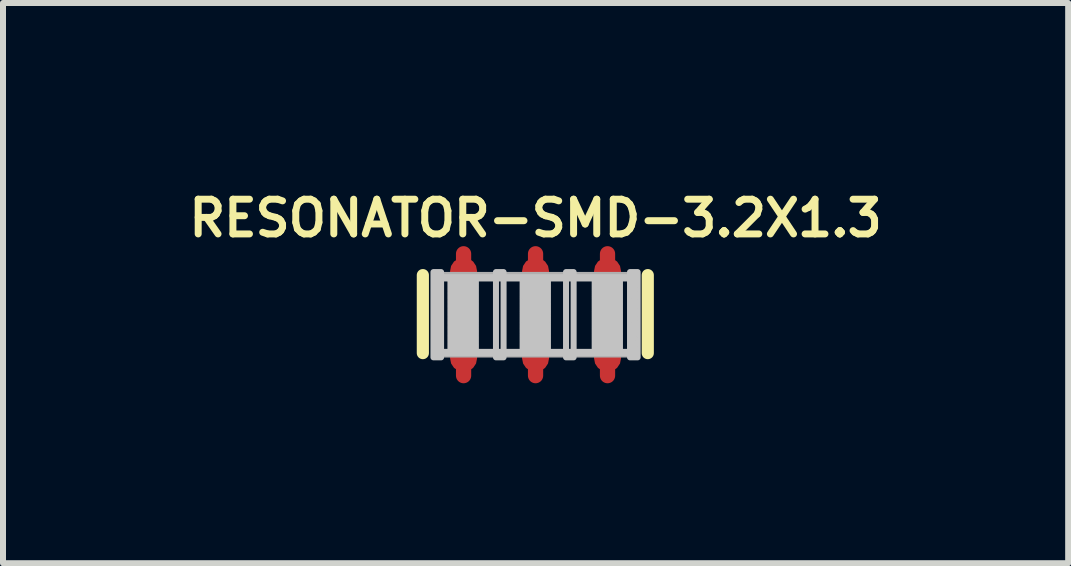
<source format=kicad_pcb>
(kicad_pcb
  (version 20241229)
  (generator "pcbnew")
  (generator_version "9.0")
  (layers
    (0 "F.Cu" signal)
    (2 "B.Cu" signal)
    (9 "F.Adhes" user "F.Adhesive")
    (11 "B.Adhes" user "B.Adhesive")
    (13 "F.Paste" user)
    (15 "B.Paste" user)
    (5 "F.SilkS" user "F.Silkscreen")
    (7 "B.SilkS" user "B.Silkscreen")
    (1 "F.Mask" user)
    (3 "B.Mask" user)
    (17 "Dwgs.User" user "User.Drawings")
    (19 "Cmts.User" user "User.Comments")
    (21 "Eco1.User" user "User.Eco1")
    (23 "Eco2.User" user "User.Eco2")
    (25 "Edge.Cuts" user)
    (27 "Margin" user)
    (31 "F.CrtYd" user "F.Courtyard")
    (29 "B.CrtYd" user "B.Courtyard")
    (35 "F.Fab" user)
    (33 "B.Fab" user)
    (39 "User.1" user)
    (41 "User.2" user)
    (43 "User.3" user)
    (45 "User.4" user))
  (footprint "RESONATOR-SMD-3.2X1.3"
    (layer "F.Cu")
    (at 5.879 2.197)
    (property "Reference" "RESONATOR-SMD-3.2X1.3" (at 0 -1.27 180) (layer "F.SilkS") (effects (font (size 0.579 0.579) (thickness 0.116)) (justify bottom)))
    (attr through_hole)
    (fp_line (start -1.2 0) (end -1.2 -1.016) (stroke (width 0.254) (type solid)) (layer "F.Cu"))
    (fp_line (start -1.2 1.016) (end -1.2 0) (stroke (width 0.254) (type solid)) (layer "F.Cu"))
    (fp_line (start 0 0) (end 0 -1.016) (stroke (width 0.254) (type solid)) (layer "F.Cu"))
    (fp_line (start 0 0) (end 0 1.016) (stroke (width 0.254) (type solid)) (layer "F.Cu"))
    (fp_line (start 1.2 0) (end 1.2 -1.016) (stroke (width 0.254) (type solid)) (layer "F.Cu"))
    (fp_line (start 1.2 0) (end 1.2 1.016) (stroke (width 0.254) (type solid)) (layer "F.Cu"))
    (fp_poly (pts (xy -1.75 0.77) (xy 1.745 0.77) (xy 1.745 -0.765) (xy -1.75 -0.765)) (stroke (width 0) (type solid)) (fill yes) (layer "F.Mask"))
    (fp_line (start -1.879 0.64) (end -1.879 -0.66) (stroke (width 0.203) (type solid)) (layer "F.SilkS"))
    (fp_line (start 1.871 -0.66) (end 1.871 0.64) (stroke (width 0.203) (type solid)) (layer "F.SilkS"))
    (fp_poly (pts (xy -1.702 0.711) (xy -1.575 0.711) (xy -1.575 -0.711) (xy -1.702 -0.711)) (stroke (width 0.1) (type solid)) (fill no) (layer "Dwgs.User"))
    (fp_poly (pts (xy -1.633 -0.604) (xy 1.643 -0.604) (xy 1.643 -0.626) (xy -1.633 -0.626)) (stroke (width 0.1) (type solid)) (fill no) (layer "Dwgs.User"))
    (fp_poly (pts (xy -1.633 -0.583) (xy -1.611 -0.583) (xy -1.611 -0.604) (xy -1.633 -0.604)) (stroke (width 0.1) (type solid)) (fill no) (layer "Dwgs.User"))
    (fp_poly (pts (xy -1.633 -0.561) (xy -1.611 -0.561) (xy -1.611 -0.583) (xy -1.633 -0.583)) (stroke (width 0.1) (type solid)) (fill no) (layer "Dwgs.User"))
    (fp_poly (pts (xy -1.633 -0.539) (xy -1.611 -0.539) (xy -1.611 -0.561) (xy -1.633 -0.561)) (stroke (width 0.1) (type solid)) (fill no) (layer "Dwgs.User"))
    (fp_poly (pts (xy -1.633 -0.517) (xy -1.611 -0.517) (xy -1.611 -0.539) (xy -1.633 -0.539)) (stroke (width 0.1) (type solid)) (fill no) (layer "Dwgs.User"))
    (fp_poly (pts (xy -1.633 -0.495) (xy -1.611 -0.495) (xy -1.611 -0.517) (xy -1.633 -0.517)) (stroke (width 0.1) (type solid)) (fill no) (layer "Dwgs.User"))
    (fp_poly (pts (xy -1.633 -0.473) (xy -1.611 -0.473) (xy -1.611 -0.495) (xy -1.633 -0.495)) (stroke (width 0.1) (type solid)) (fill no) (layer "Dwgs.User"))
    (fp_poly (pts (xy -1.633 -0.452) (xy -1.611 -0.452) (xy -1.611 -0.473) (xy -1.633 -0.473)) (stroke (width 0.1) (type solid)) (fill no) (layer "Dwgs.User"))
    (fp_poly (pts (xy -1.633 -0.43) (xy -1.611 -0.43) (xy -1.611 -0.452) (xy -1.633 -0.452)) (stroke (width 0.1) (type solid)) (fill no) (layer "Dwgs.User"))
    (fp_poly (pts (xy -1.633 -0.408) (xy -1.611 -0.408) (xy -1.611 -0.43) (xy -1.633 -0.43)) (stroke (width 0.1) (type solid)) (fill no) (layer "Dwgs.User"))
    (fp_poly (pts (xy -1.633 -0.386) (xy -1.611 -0.386) (xy -1.611 -0.408) (xy -1.633 -0.408)) (stroke (width 0.1) (type solid)) (fill no) (layer "Dwgs.User"))
    (fp_poly (pts (xy -1.633 -0.364) (xy -1.611 -0.364) (xy -1.611 -0.386) (xy -1.633 -0.386)) (stroke (width 0.1) (type solid)) (fill no) (layer "Dwgs.User"))
    (fp_poly (pts (xy -1.633 -0.342) (xy -1.611 -0.342) (xy -1.611 -0.364) (xy -1.633 -0.364)) (stroke (width 0.1) (type solid)) (fill no) (layer "Dwgs.User"))
    (fp_poly (pts (xy -1.633 -0.32) (xy -1.611 -0.32) (xy -1.611 -0.342) (xy -1.633 -0.342)) (stroke (width 0.1) (type solid)) (fill no) (layer "Dwgs.User"))
    (fp_poly (pts (xy -1.633 -0.299) (xy -1.611 -0.299) (xy -1.611 -0.32) (xy -1.633 -0.32)) (stroke (width 0.1) (type solid)) (fill no) (layer "Dwgs.User"))
    (fp_poly (pts (xy -1.633 -0.277) (xy -1.611 -0.277) (xy -1.611 -0.299) (xy -1.633 -0.299)) (stroke (width 0.1) (type solid)) (fill no) (layer "Dwgs.User"))
    (fp_poly (pts (xy -1.633 -0.255) (xy -1.611 -0.255) (xy -1.611 -0.277) (xy -1.633 -0.277)) (stroke (width 0.1) (type solid)) (fill no) (layer "Dwgs.User"))
    (fp_poly (pts (xy -1.633 -0.233) (xy -1.611 -0.233) (xy -1.611 -0.255) (xy -1.633 -0.255)) (stroke (width 0.1) (type solid)) (fill no) (layer "Dwgs.User"))
    (fp_poly (pts (xy -1.633 -0.211) (xy -1.611 -0.211) (xy -1.611 -0.233) (xy -1.633 -0.233)) (stroke (width 0.1) (type solid)) (fill no) (layer "Dwgs.User"))
    (fp_poly (pts (xy -1.633 -0.189) (xy -1.611 -0.189) (xy -1.611 -0.211) (xy -1.633 -0.211)) (stroke (width 0.1) (type solid)) (fill no) (layer "Dwgs.User"))
    (fp_poly (pts (xy -1.633 -0.168) (xy -1.611 -0.168) (xy -1.611 -0.189) (xy -1.633 -0.189)) (stroke (width 0.1) (type solid)) (fill no) (layer "Dwgs.User"))
    (fp_poly (pts (xy -1.633 -0.146) (xy -1.611 -0.146) (xy -1.611 -0.168) (xy -1.633 -0.168)) (stroke (width 0.1) (type solid)) (fill no) (layer "Dwgs.User"))
    (fp_poly (pts (xy -1.633 -0.124) (xy -1.611 -0.124) (xy -1.611 -0.146) (xy -1.633 -0.146)) (stroke (width 0.1) (type solid)) (fill no) (layer "Dwgs.User"))
    (fp_poly (pts (xy -1.633 -0.102) (xy -1.611 -0.102) (xy -1.611 -0.124) (xy -1.633 -0.124)) (stroke (width 0.1) (type solid)) (fill no) (layer "Dwgs.User"))
    (fp_poly (pts (xy -1.633 -0.08) (xy -1.611 -0.08) (xy -1.611 -0.102) (xy -1.633 -0.102)) (stroke (width 0.1) (type solid)) (fill no) (layer "Dwgs.User"))
    (fp_poly (pts (xy -1.633 -0.058) (xy -1.611 -0.058) (xy -1.611 -0.08) (xy -1.633 -0.08)) (stroke (width 0.1) (type solid)) (fill no) (layer "Dwgs.User"))
    (fp_poly (pts (xy -1.633 -0.037) (xy -1.611 -0.037) (xy -1.611 -0.058) (xy -1.633 -0.058)) (stroke (width 0.1) (type solid)) (fill no) (layer "Dwgs.User"))
    (fp_poly (pts (xy -1.633 -0.015) (xy -1.611 -0.015) (xy -1.611 -0.037) (xy -1.633 -0.037)) (stroke (width 0.1) (type solid)) (fill no) (layer "Dwgs.User"))
    (fp_poly (pts (xy -1.633 0.007) (xy -1.611 0.007) (xy -1.611 -0.015) (xy -1.633 -0.015)) (stroke (width 0.1) (type solid)) (fill no) (layer "Dwgs.User"))
    (fp_poly (pts (xy -1.633 0.029) (xy -1.611 0.029) (xy -1.611 0.007) (xy -1.633 0.007)) (stroke (width 0.1) (type solid)) (fill no) (layer "Dwgs.User"))
    (fp_poly (pts (xy -1.633 0.051) (xy -1.611 0.051) (xy -1.611 0.029) (xy -1.633 0.029)) (stroke (width 0.1) (type solid)) (fill no) (layer "Dwgs.User"))
    (fp_poly (pts (xy -1.633 0.073) (xy -1.611 0.073) (xy -1.611 0.051) (xy -1.633 0.051)) (stroke (width 0.1) (type solid)) (fill no) (layer "Dwgs.User"))
    (fp_poly (pts (xy -1.633 0.095) (xy -1.611 0.095) (xy -1.611 0.073) (xy -1.633 0.073)) (stroke (width 0.1) (type solid)) (fill no) (layer "Dwgs.User"))
    (fp_poly (pts (xy -1.633 0.116) (xy -1.611 0.116) (xy -1.611 0.095) (xy -1.633 0.095)) (stroke (width 0.1) (type solid)) (fill no) (layer "Dwgs.User"))
    (fp_poly (pts (xy -1.633 0.138) (xy -1.611 0.138) (xy -1.611 0.116) (xy -1.633 0.116)) (stroke (width 0.1) (type solid)) (fill no) (layer "Dwgs.User"))
    (fp_poly (pts (xy -1.633 0.16) (xy -1.611 0.16) (xy -1.611 0.138) (xy -1.633 0.138)) (stroke (width 0.1) (type solid)) (fill no) (layer "Dwgs.User"))
    (fp_poly (pts (xy -1.633 0.182) (xy -1.611 0.182) (xy -1.611 0.16) (xy -1.633 0.16)) (stroke (width 0.1) (type solid)) (fill no) (layer "Dwgs.User"))
    (fp_poly (pts (xy -1.633 0.204) (xy -1.611 0.204) (xy -1.611 0.182) (xy -1.633 0.182)) (stroke (width 0.1) (type solid)) (fill no) (layer "Dwgs.User"))
    (fp_poly (pts (xy -1.633 0.226) (xy -1.611 0.226) (xy -1.611 0.204) (xy -1.633 0.204)) (stroke (width 0.1) (type solid)) (fill no) (layer "Dwgs.User"))
    (fp_poly (pts (xy -1.633 0.247) (xy -1.611 0.247) (xy -1.611 0.226) (xy -1.633 0.226)) (stroke (width 0.1) (type solid)) (fill no) (layer "Dwgs.User"))
    (fp_poly (pts (xy -1.633 0.269) (xy -1.611 0.269) (xy -1.611 0.247) (xy -1.633 0.247)) (stroke (width 0.1) (type solid)) (fill no) (layer "Dwgs.User"))
    (fp_poly (pts (xy -1.633 0.291) (xy -1.611 0.291) (xy -1.611 0.269) (xy -1.633 0.269)) (stroke (width 0.1) (type solid)) (fill no) (layer "Dwgs.User"))
    (fp_poly (pts (xy -1.633 0.313) (xy -1.611 0.313) (xy -1.611 0.291) (xy -1.633 0.291)) (stroke (width 0.1) (type solid)) (fill no) (layer "Dwgs.User"))
    (fp_poly (pts (xy -1.633 0.335) (xy -1.611 0.335) (xy -1.611 0.313) (xy -1.633 0.313)) (stroke (width 0.1) (type solid)) (fill no) (layer "Dwgs.User"))
    (fp_poly (pts (xy -1.633 0.357) (xy -1.611 0.357) (xy -1.611 0.335) (xy -1.633 0.335)) (stroke (width 0.1) (type solid)) (fill no) (layer "Dwgs.User"))
    (fp_poly (pts (xy -1.633 0.379) (xy -1.611 0.379) (xy -1.611 0.357) (xy -1.633 0.357)) (stroke (width 0.1) (type solid)) (fill no) (layer "Dwgs.User"))
    (fp_poly (pts (xy -1.633 0.4) (xy -1.611 0.4) (xy -1.611 0.379) (xy -1.633 0.379)) (stroke (width 0.1) (type solid)) (fill no) (layer "Dwgs.User"))
    (fp_poly (pts (xy -1.633 0.422) (xy -1.611 0.422) (xy -1.611 0.4) (xy -1.633 0.4)) (stroke (width 0.1) (type solid)) (fill no) (layer "Dwgs.User"))
    (fp_poly (pts (xy -1.633 0.444) (xy -1.611 0.444) (xy -1.611 0.422) (xy -1.633 0.422)) (stroke (width 0.1) (type solid)) (fill no) (layer "Dwgs.User"))
    (fp_poly (pts (xy -1.633 0.466) (xy -1.611 0.466) (xy -1.611 0.444) (xy -1.633 0.444)) (stroke (width 0.1) (type solid)) (fill no) (layer "Dwgs.User"))
    (fp_poly (pts (xy -1.633 0.488) (xy -1.611 0.488) (xy -1.611 0.466) (xy -1.633 0.466)) (stroke (width 0.1) (type solid)) (fill no) (layer "Dwgs.User"))
    (fp_poly (pts (xy -1.633 0.51) (xy -1.611 0.51) (xy -1.611 0.488) (xy -1.633 0.488)) (stroke (width 0.1) (type solid)) (fill no) (layer "Dwgs.User"))
    (fp_poly (pts (xy -1.633 0.531) (xy -1.611 0.531) (xy -1.611 0.51) (xy -1.633 0.51)) (stroke (width 0.1) (type solid)) (fill no) (layer "Dwgs.User"))
    (fp_poly (pts (xy -1.633 0.553) (xy -1.611 0.553) (xy -1.611 0.531) (xy -1.633 0.531)) (stroke (width 0.1) (type solid)) (fill no) (layer "Dwgs.User"))
    (fp_poly (pts (xy -1.633 0.575) (xy -1.611 0.575) (xy -1.611 0.553) (xy -1.633 0.553)) (stroke (width 0.1) (type solid)) (fill no) (layer "Dwgs.User"))
    (fp_poly (pts (xy -1.633 0.597) (xy -1.611 0.597) (xy -1.611 0.575) (xy -1.633 0.575)) (stroke (width 0.1) (type solid)) (fill no) (layer "Dwgs.User"))
    (fp_poly (pts (xy -1.633 0.619) (xy -1.611 0.619) (xy -1.611 0.597) (xy -1.633 0.597)) (stroke (width 0.1) (type solid)) (fill no) (layer "Dwgs.User"))
    (fp_poly (pts (xy -1.633 0.641) (xy 1.643 0.641) (xy 1.643 0.619) (xy -1.633 0.619)) (stroke (width 0.1) (type solid)) (fill no) (layer "Dwgs.User"))
    (fp_poly (pts (xy -1.415 -0.583) (xy -1 -0.583) (xy -1 -0.604) (xy -1.415 -0.604)) (stroke (width 0.1) (type solid)) (fill no) (layer "Dwgs.User"))
    (fp_poly (pts (xy -1.415 -0.561) (xy -1 -0.561) (xy -1 -0.583) (xy -1.415 -0.583)) (stroke (width 0.1) (type solid)) (fill no) (layer "Dwgs.User"))
    (fp_poly (pts (xy -1.415 -0.539) (xy -1 -0.539) (xy -1 -0.561) (xy -1.415 -0.561)) (stroke (width 0.1) (type solid)) (fill no) (layer "Dwgs.User"))
    (fp_poly (pts (xy -1.415 -0.517) (xy -1 -0.517) (xy -1 -0.539) (xy -1.415 -0.539)) (stroke (width 0.1) (type solid)) (fill no) (layer "Dwgs.User"))
    (fp_poly (pts (xy -1.415 -0.495) (xy -1 -0.495) (xy -1 -0.517) (xy -1.415 -0.517)) (stroke (width 0.1) (type solid)) (fill no) (layer "Dwgs.User"))
    (fp_poly (pts (xy -1.415 -0.473) (xy -1 -0.473) (xy -1 -0.495) (xy -1.415 -0.495)) (stroke (width 0.1) (type solid)) (fill no) (layer "Dwgs.User"))
    (fp_poly (pts (xy -1.415 -0.452) (xy -1 -0.452) (xy -1 -0.473) (xy -1.415 -0.473)) (stroke (width 0.1) (type solid)) (fill no) (layer "Dwgs.User"))
    (fp_poly (pts (xy -1.415 -0.43) (xy -1 -0.43) (xy -1 -0.452) (xy -1.415 -0.452)) (stroke (width 0.1) (type solid)) (fill no) (layer "Dwgs.User"))
    (fp_poly (pts (xy -1.415 -0.408) (xy -1 -0.408) (xy -1 -0.43) (xy -1.415 -0.43)) (stroke (width 0.1) (type solid)) (fill no) (layer "Dwgs.User"))
    (fp_poly (pts (xy -1.415 -0.386) (xy -1 -0.386) (xy -1 -0.408) (xy -1.415 -0.408)) (stroke (width 0.1) (type solid)) (fill no) (layer "Dwgs.User"))
    (fp_poly (pts (xy -1.415 -0.364) (xy -1 -0.364) (xy -1 -0.386) (xy -1.415 -0.386)) (stroke (width 0.1) (type solid)) (fill no) (layer "Dwgs.User"))
    (fp_poly (pts (xy -1.415 -0.342) (xy -1 -0.342) (xy -1 -0.364) (xy -1.415 -0.364)) (stroke (width 0.1) (type solid)) (fill no) (layer "Dwgs.User"))
    (fp_poly (pts (xy -1.415 -0.32) (xy -1 -0.32) (xy -1 -0.342) (xy -1.415 -0.342)) (stroke (width 0.1) (type solid)) (fill no) (layer "Dwgs.User"))
    (fp_poly (pts (xy -1.415 -0.299) (xy -1 -0.299) (xy -1 -0.32) (xy -1.415 -0.32)) (stroke (width 0.1) (type solid)) (fill no) (layer "Dwgs.User"))
    (fp_poly (pts (xy -1.415 -0.277) (xy -1 -0.277) (xy -1 -0.299) (xy -1.415 -0.299)) (stroke (width 0.1) (type solid)) (fill no) (layer "Dwgs.User"))
    (fp_poly (pts (xy -1.415 -0.255) (xy -1 -0.255) (xy -1 -0.277) (xy -1.415 -0.277)) (stroke (width 0.1) (type solid)) (fill no) (layer "Dwgs.User"))
    (fp_poly (pts (xy -1.415 -0.233) (xy -1 -0.233) (xy -1 -0.255) (xy -1.415 -0.255)) (stroke (width 0.1) (type solid)) (fill no) (layer "Dwgs.User"))
    (fp_poly (pts (xy -1.415 -0.211) (xy -1 -0.211) (xy -1 -0.233) (xy -1.415 -0.233)) (stroke (width 0.1) (type solid)) (fill no) (layer "Dwgs.User"))
    (fp_poly (pts (xy -1.415 -0.189) (xy -1 -0.189) (xy -1 -0.211) (xy -1.415 -0.211)) (stroke (width 0.1) (type solid)) (fill no) (layer "Dwgs.User"))
    (fp_poly (pts (xy -1.415 -0.168) (xy -1 -0.168) (xy -1 -0.189) (xy -1.415 -0.189)) (stroke (width 0.1) (type solid)) (fill no) (layer "Dwgs.User"))
    (fp_poly (pts (xy -1.415 -0.146) (xy -1 -0.146) (xy -1 -0.168) (xy -1.415 -0.168)) (stroke (width 0.1) (type solid)) (fill no) (layer "Dwgs.User"))
    (fp_poly (pts (xy -1.415 -0.124) (xy -1 -0.124) (xy -1 -0.146) (xy -1.415 -0.146)) (stroke (width 0.1) (type solid)) (fill no) (layer "Dwgs.User"))
    (fp_poly (pts (xy -1.415 -0.102) (xy -1 -0.102) (xy -1 -0.124) (xy -1.415 -0.124)) (stroke (width 0.1) (type solid)) (fill no) (layer "Dwgs.User"))
    (fp_poly (pts (xy -1.415 -0.08) (xy -1 -0.08) (xy -1 -0.102) (xy -1.415 -0.102)) (stroke (width 0.1) (type solid)) (fill no) (layer "Dwgs.User"))
    (fp_poly (pts (xy -1.415 -0.058) (xy -1 -0.058) (xy -1 -0.08) (xy -1.415 -0.08)) (stroke (width 0.1) (type solid)) (fill no) (layer "Dwgs.User"))
    (fp_poly (pts (xy -1.415 -0.037) (xy -1 -0.037) (xy -1 -0.058) (xy -1.415 -0.058)) (stroke (width 0.1) (type solid)) (fill no) (layer "Dwgs.User"))
    (fp_poly (pts (xy -1.415 -0.015) (xy -1 -0.015) (xy -1 -0.037) (xy -1.415 -0.037)) (stroke (width 0.1) (type solid)) (fill no) (layer "Dwgs.User"))
    (fp_poly (pts (xy -1.415 0.007) (xy -1 0.007) (xy -1 -0.015) (xy -1.415 -0.015)) (stroke (width 0.1) (type solid)) (fill no) (layer "Dwgs.User"))
    (fp_poly (pts (xy -1.415 0.029) (xy -1 0.029) (xy -1 0.007) (xy -1.415 0.007)) (stroke (width 0.1) (type solid)) (fill no) (layer "Dwgs.User"))
    (fp_poly (pts (xy -1.415 0.051) (xy -1 0.051) (xy -1 0.029) (xy -1.415 0.029)) (stroke (width 0.1) (type solid)) (fill no) (layer "Dwgs.User"))
    (fp_poly (pts (xy -1.415 0.073) (xy -1 0.073) (xy -1 0.051) (xy -1.415 0.051)) (stroke (width 0.1) (type solid)) (fill no) (layer "Dwgs.User"))
    (fp_poly (pts (xy -1.415 0.095) (xy -1 0.095) (xy -1 0.073) (xy -1.415 0.073)) (stroke (width 0.1) (type solid)) (fill no) (layer "Dwgs.User"))
    (fp_poly (pts (xy -1.415 0.116) (xy -1 0.116) (xy -1 0.095) (xy -1.415 0.095)) (stroke (width 0.1) (type solid)) (fill no) (layer "Dwgs.User"))
    (fp_poly (pts (xy -1.415 0.138) (xy -1 0.138) (xy -1 0.116) (xy -1.415 0.116)) (stroke (width 0.1) (type solid)) (fill no) (layer "Dwgs.User"))
    (fp_poly (pts (xy -1.415 0.16) (xy -1 0.16) (xy -1 0.138) (xy -1.415 0.138)) (stroke (width 0.1) (type solid)) (fill no) (layer "Dwgs.User"))
    (fp_poly (pts (xy -1.415 0.182) (xy -1 0.182) (xy -1 0.16) (xy -1.415 0.16)) (stroke (width 0.1) (type solid)) (fill no) (layer "Dwgs.User"))
    (fp_poly (pts (xy -1.415 0.204) (xy -1 0.204) (xy -1 0.182) (xy -1.415 0.182)) (stroke (width 0.1) (type solid)) (fill no) (layer "Dwgs.User"))
    (fp_poly (pts (xy -1.415 0.226) (xy -1 0.226) (xy -1 0.204) (xy -1.415 0.204)) (stroke (width 0.1) (type solid)) (fill no) (layer "Dwgs.User"))
    (fp_poly (pts (xy -1.415 0.247) (xy -1 0.247) (xy -1 0.226) (xy -1.415 0.226)) (stroke (width 0.1) (type solid)) (fill no) (layer "Dwgs.User"))
    (fp_poly (pts (xy -1.415 0.269) (xy -1 0.269) (xy -1 0.247) (xy -1.415 0.247)) (stroke (width 0.1) (type solid)) (fill no) (layer "Dwgs.User"))
    (fp_poly (pts (xy -1.415 0.291) (xy -1 0.291) (xy -1 0.269) (xy -1.415 0.269)) (stroke (width 0.1) (type solid)) (fill no) (layer "Dwgs.User"))
    (fp_poly (pts (xy -1.415 0.313) (xy -1 0.313) (xy -1 0.291) (xy -1.415 0.291)) (stroke (width 0.1) (type solid)) (fill no) (layer "Dwgs.User"))
    (fp_poly (pts (xy -1.415 0.335) (xy -1 0.335) (xy -1 0.313) (xy -1.415 0.313)) (stroke (width 0.1) (type solid)) (fill no) (layer "Dwgs.User"))
    (fp_poly (pts (xy -1.415 0.357) (xy -1 0.357) (xy -1 0.335) (xy -1.415 0.335)) (stroke (width 0.1) (type solid)) (fill no) (layer "Dwgs.User"))
    (fp_poly (pts (xy -1.415 0.379) (xy -1 0.379) (xy -1 0.357) (xy -1.415 0.357)) (stroke (width 0.1) (type solid)) (fill no) (layer "Dwgs.User"))
    (fp_poly (pts (xy -1.415 0.4) (xy -1 0.4) (xy -1 0.379) (xy -1.415 0.379)) (stroke (width 0.1) (type solid)) (fill no) (layer "Dwgs.User"))
    (fp_poly (pts (xy -1.415 0.422) (xy -1 0.422) (xy -1 0.4) (xy -1.415 0.4)) (stroke (width 0.1) (type solid)) (fill no) (layer "Dwgs.User"))
    (fp_poly (pts (xy -1.415 0.444) (xy -1 0.444) (xy -1 0.422) (xy -1.415 0.422)) (stroke (width 0.1) (type solid)) (fill no) (layer "Dwgs.User"))
    (fp_poly (pts (xy -1.415 0.466) (xy -1 0.466) (xy -1 0.444) (xy -1.415 0.444)) (stroke (width 0.1) (type solid)) (fill no) (layer "Dwgs.User"))
    (fp_poly (pts (xy -1.415 0.488) (xy -1 0.488) (xy -1 0.466) (xy -1.415 0.466)) (stroke (width 0.1) (type solid)) (fill no) (layer "Dwgs.User"))
    (fp_poly (pts (xy -1.415 0.51) (xy -1 0.51) (xy -1 0.488) (xy -1.415 0.488)) (stroke (width 0.1) (type solid)) (fill no) (layer "Dwgs.User"))
    (fp_poly (pts (xy -1.415 0.531) (xy -1 0.531) (xy -1 0.51) (xy -1.415 0.51)) (stroke (width 0.1) (type solid)) (fill no) (layer "Dwgs.User"))
    (fp_poly (pts (xy -1.415 0.553) (xy -1 0.553) (xy -1 0.531) (xy -1.415 0.531)) (stroke (width 0.1) (type solid)) (fill no) (layer "Dwgs.User"))
    (fp_poly (pts (xy -1.415 0.575) (xy -1 0.575) (xy -1 0.553) (xy -1.415 0.553)) (stroke (width 0.1) (type solid)) (fill no) (layer "Dwgs.User"))
    (fp_poly (pts (xy -1.415 0.597) (xy -1 0.597) (xy -1 0.575) (xy -1.415 0.575)) (stroke (width 0.1) (type solid)) (fill no) (layer "Dwgs.User"))
    (fp_poly (pts (xy -1.415 0.619) (xy -1 0.619) (xy -1 0.597) (xy -1.415 0.597)) (stroke (width 0.1) (type solid)) (fill no) (layer "Dwgs.User"))
    (fp_poly (pts (xy -0.66 0.711) (xy -0.533 0.711) (xy -0.533 -0.711) (xy -0.66 -0.711)) (stroke (width 0.1) (type solid)) (fill no) (layer "Dwgs.User"))
    (fp_poly (pts (xy -0.213 -0.583) (xy 0.202 -0.583) (xy 0.202 -0.604) (xy -0.213 -0.604)) (stroke (width 0.1) (type solid)) (fill no) (layer "Dwgs.User"))
    (fp_poly (pts (xy -0.213 -0.561) (xy 0.202 -0.561) (xy 0.202 -0.583) (xy -0.213 -0.583)) (stroke (width 0.1) (type solid)) (fill no) (layer "Dwgs.User"))
    (fp_poly (pts (xy -0.213 -0.539) (xy 0.202 -0.539) (xy 0.202 -0.561) (xy -0.213 -0.561)) (stroke (width 0.1) (type solid)) (fill no) (layer "Dwgs.User"))
    (fp_poly (pts (xy -0.213 -0.517) (xy 0.202 -0.517) (xy 0.202 -0.539) (xy -0.213 -0.539)) (stroke (width 0.1) (type solid)) (fill no) (layer "Dwgs.User"))
    (fp_poly (pts (xy -0.213 -0.495) (xy 0.202 -0.495) (xy 0.202 -0.517) (xy -0.213 -0.517)) (stroke (width 0.1) (type solid)) (fill no) (layer "Dwgs.User"))
    (fp_poly (pts (xy -0.213 -0.473) (xy 0.202 -0.473) (xy 0.202 -0.495) (xy -0.213 -0.495)) (stroke (width 0.1) (type solid)) (fill no) (layer "Dwgs.User"))
    (fp_poly (pts (xy -0.213 -0.452) (xy 0.202 -0.452) (xy 0.202 -0.473) (xy -0.213 -0.473)) (stroke (width 0.1) (type solid)) (fill no) (layer "Dwgs.User"))
    (fp_poly (pts (xy -0.213 -0.43) (xy 0.202 -0.43) (xy 0.202 -0.452) (xy -0.213 -0.452)) (stroke (width 0.1) (type solid)) (fill no) (layer "Dwgs.User"))
    (fp_poly (pts (xy -0.213 -0.408) (xy 0.202 -0.408) (xy 0.202 -0.43) (xy -0.213 -0.43)) (stroke (width 0.1) (type solid)) (fill no) (layer "Dwgs.User"))
    (fp_poly (pts (xy -0.213 -0.386) (xy 0.202 -0.386) (xy 0.202 -0.408) (xy -0.213 -0.408)) (stroke (width 0.1) (type solid)) (fill no) (layer "Dwgs.User"))
    (fp_poly (pts (xy -0.213 -0.364) (xy 0.202 -0.364) (xy 0.202 -0.386) (xy -0.213 -0.386)) (stroke (width 0.1) (type solid)) (fill no) (layer "Dwgs.User"))
    (fp_poly (pts (xy -0.213 -0.342) (xy 0.202 -0.342) (xy 0.202 -0.364) (xy -0.213 -0.364)) (stroke (width 0.1) (type solid)) (fill no) (layer "Dwgs.User"))
    (fp_poly (pts (xy -0.213 -0.32) (xy 0.202 -0.32) (xy 0.202 -0.342) (xy -0.213 -0.342)) (stroke (width 0.1) (type solid)) (fill no) (layer "Dwgs.User"))
    (fp_poly (pts (xy -0.213 -0.299) (xy 0.202 -0.299) (xy 0.202 -0.32) (xy -0.213 -0.32)) (stroke (width 0.1) (type solid)) (fill no) (layer "Dwgs.User"))
    (fp_poly (pts (xy -0.213 -0.277) (xy 0.202 -0.277) (xy 0.202 -0.299) (xy -0.213 -0.299)) (stroke (width 0.1) (type solid)) (fill no) (layer "Dwgs.User"))
    (fp_poly (pts (xy -0.213 -0.255) (xy 0.202 -0.255) (xy 0.202 -0.277) (xy -0.213 -0.277)) (stroke (width 0.1) (type solid)) (fill no) (layer "Dwgs.User"))
    (fp_poly (pts (xy -0.213 -0.233) (xy 0.202 -0.233) (xy 0.202 -0.255) (xy -0.213 -0.255)) (stroke (width 0.1) (type solid)) (fill no) (layer "Dwgs.User"))
    (fp_poly (pts (xy -0.213 -0.211) (xy 0.202 -0.211) (xy 0.202 -0.233) (xy -0.213 -0.233)) (stroke (width 0.1) (type solid)) (fill no) (layer "Dwgs.User"))
    (fp_poly (pts (xy -0.213 -0.189) (xy 0.202 -0.189) (xy 0.202 -0.211) (xy -0.213 -0.211)) (stroke (width 0.1) (type solid)) (fill no) (layer "Dwgs.User"))
    (fp_poly (pts (xy -0.213 -0.168) (xy 0.202 -0.168) (xy 0.202 -0.189) (xy -0.213 -0.189)) (stroke (width 0.1) (type solid)) (fill no) (layer "Dwgs.User"))
    (fp_poly (pts (xy -0.213 -0.146) (xy 0.202 -0.146) (xy 0.202 -0.168) (xy -0.213 -0.168)) (stroke (width 0.1) (type solid)) (fill no) (layer "Dwgs.User"))
    (fp_poly (pts (xy -0.213 -0.124) (xy 0.202 -0.124) (xy 0.202 -0.146) (xy -0.213 -0.146)) (stroke (width 0.1) (type solid)) (fill no) (layer "Dwgs.User"))
    (fp_poly (pts (xy -0.213 -0.102) (xy 0.202 -0.102) (xy 0.202 -0.124) (xy -0.213 -0.124)) (stroke (width 0.1) (type solid)) (fill no) (layer "Dwgs.User"))
    (fp_poly (pts (xy -0.213 -0.08) (xy 0.202 -0.08) (xy 0.202 -0.102) (xy -0.213 -0.102)) (stroke (width 0.1) (type solid)) (fill no) (layer "Dwgs.User"))
    (fp_poly (pts (xy -0.213 -0.058) (xy 0.202 -0.058) (xy 0.202 -0.08) (xy -0.213 -0.08)) (stroke (width 0.1) (type solid)) (fill no) (layer "Dwgs.User"))
    (fp_poly (pts (xy -0.213 -0.037) (xy 0.202 -0.037) (xy 0.202 -0.058) (xy -0.213 -0.058)) (stroke (width 0.1) (type solid)) (fill no) (layer "Dwgs.User"))
    (fp_poly (pts (xy -0.213 -0.015) (xy 0.202 -0.015) (xy 0.202 -0.037) (xy -0.213 -0.037)) (stroke (width 0.1) (type solid)) (fill no) (layer "Dwgs.User"))
    (fp_poly (pts (xy -0.213 0.007) (xy 0.202 0.007) (xy 0.202 -0.015) (xy -0.213 -0.015)) (stroke (width 0.1) (type solid)) (fill no) (layer "Dwgs.User"))
    (fp_poly (pts (xy -0.213 0.029) (xy 0.202 0.029) (xy 0.202 0.007) (xy -0.213 0.007)) (stroke (width 0.1) (type solid)) (fill no) (layer "Dwgs.User"))
    (fp_poly (pts (xy -0.213 0.051) (xy 0.202 0.051) (xy 0.202 0.029) (xy -0.213 0.029)) (stroke (width 0.1) (type solid)) (fill no) (layer "Dwgs.User"))
    (fp_poly (pts (xy -0.213 0.073) (xy 0.202 0.073) (xy 0.202 0.051) (xy -0.213 0.051)) (stroke (width 0.1) (type solid)) (fill no) (layer "Dwgs.User"))
    (fp_poly (pts (xy -0.213 0.095) (xy 0.202 0.095) (xy 0.202 0.073) (xy -0.213 0.073)) (stroke (width 0.1) (type solid)) (fill no) (layer "Dwgs.User"))
    (fp_poly (pts (xy -0.213 0.116) (xy 0.202 0.116) (xy 0.202 0.095) (xy -0.213 0.095)) (stroke (width 0.1) (type solid)) (fill no) (layer "Dwgs.User"))
    (fp_poly (pts (xy -0.213 0.138) (xy 0.202 0.138) (xy 0.202 0.116) (xy -0.213 0.116)) (stroke (width 0.1) (type solid)) (fill no) (layer "Dwgs.User"))
    (fp_poly (pts (xy -0.213 0.16) (xy 0.202 0.16) (xy 0.202 0.138) (xy -0.213 0.138)) (stroke (width 0.1) (type solid)) (fill no) (layer "Dwgs.User"))
    (fp_poly (pts (xy -0.213 0.182) (xy 0.202 0.182) (xy 0.202 0.16) (xy -0.213 0.16)) (stroke (width 0.1) (type solid)) (fill no) (layer "Dwgs.User"))
    (fp_poly (pts (xy -0.213 0.204) (xy 0.202 0.204) (xy 0.202 0.182) (xy -0.213 0.182)) (stroke (width 0.1) (type solid)) (fill no) (layer "Dwgs.User"))
    (fp_poly (pts (xy -0.213 0.226) (xy 0.202 0.226) (xy 0.202 0.204) (xy -0.213 0.204)) (stroke (width 0.1) (type solid)) (fill no) (layer "Dwgs.User"))
    (fp_poly (pts (xy -0.213 0.247) (xy 0.202 0.247) (xy 0.202 0.226) (xy -0.213 0.226)) (stroke (width 0.1) (type solid)) (fill no) (layer "Dwgs.User"))
    (fp_poly (pts (xy -0.213 0.269) (xy 0.202 0.269) (xy 0.202 0.247) (xy -0.213 0.247)) (stroke (width 0.1) (type solid)) (fill no) (layer "Dwgs.User"))
    (fp_poly (pts (xy -0.213 0.291) (xy 0.202 0.291) (xy 0.202 0.269) (xy -0.213 0.269)) (stroke (width 0.1) (type solid)) (fill no) (layer "Dwgs.User"))
    (fp_poly (pts (xy -0.213 0.313) (xy 0.202 0.313) (xy 0.202 0.291) (xy -0.213 0.291)) (stroke (width 0.1) (type solid)) (fill no) (layer "Dwgs.User"))
    (fp_poly (pts (xy -0.213 0.335) (xy 0.202 0.335) (xy 0.202 0.313) (xy -0.213 0.313)) (stroke (width 0.1) (type solid)) (fill no) (layer "Dwgs.User"))
    (fp_poly (pts (xy -0.213 0.357) (xy 0.202 0.357) (xy 0.202 0.335) (xy -0.213 0.335)) (stroke (width 0.1) (type solid)) (fill no) (layer "Dwgs.User"))
    (fp_poly (pts (xy -0.213 0.379) (xy 0.202 0.379) (xy 0.202 0.357) (xy -0.213 0.357)) (stroke (width 0.1) (type solid)) (fill no) (layer "Dwgs.User"))
    (fp_poly (pts (xy -0.213 0.4) (xy 0.202 0.4) (xy 0.202 0.379) (xy -0.213 0.379)) (stroke (width 0.1) (type solid)) (fill no) (layer "Dwgs.User"))
    (fp_poly (pts (xy -0.213 0.422) (xy 0.202 0.422) (xy 0.202 0.4) (xy -0.213 0.4)) (stroke (width 0.1) (type solid)) (fill no) (layer "Dwgs.User"))
    (fp_poly (pts (xy -0.213 0.444) (xy 0.202 0.444) (xy 0.202 0.422) (xy -0.213 0.422)) (stroke (width 0.1) (type solid)) (fill no) (layer "Dwgs.User"))
    (fp_poly (pts (xy -0.213 0.466) (xy 0.202 0.466) (xy 0.202 0.444) (xy -0.213 0.444)) (stroke (width 0.1) (type solid)) (fill no) (layer "Dwgs.User"))
    (fp_poly (pts (xy -0.213 0.488) (xy 0.202 0.488) (xy 0.202 0.466) (xy -0.213 0.466)) (stroke (width 0.1) (type solid)) (fill no) (layer "Dwgs.User"))
    (fp_poly (pts (xy -0.213 0.51) (xy 0.202 0.51) (xy 0.202 0.488) (xy -0.213 0.488)) (stroke (width 0.1) (type solid)) (fill no) (layer "Dwgs.User"))
    (fp_poly (pts (xy -0.213 0.531) (xy 0.202 0.531) (xy 0.202 0.51) (xy -0.213 0.51)) (stroke (width 0.1) (type solid)) (fill no) (layer "Dwgs.User"))
    (fp_poly (pts (xy -0.213 0.553) (xy 0.202 0.553) (xy 0.202 0.531) (xy -0.213 0.531)) (stroke (width 0.1) (type solid)) (fill no) (layer "Dwgs.User"))
    (fp_poly (pts (xy -0.213 0.575) (xy 0.202 0.575) (xy 0.202 0.553) (xy -0.213 0.553)) (stroke (width 0.1) (type solid)) (fill no) (layer "Dwgs.User"))
    (fp_poly (pts (xy -0.213 0.597) (xy 0.202 0.597) (xy 0.202 0.575) (xy -0.213 0.575)) (stroke (width 0.1) (type solid)) (fill no) (layer "Dwgs.User"))
    (fp_poly (pts (xy -0.213 0.619) (xy 0.202 0.619) (xy 0.202 0.597) (xy -0.213 0.597)) (stroke (width 0.1) (type solid)) (fill no) (layer "Dwgs.User"))
    (fp_poly (pts (xy 0.508 0.711) (xy 0.635 0.711) (xy 0.635 -0.711) (xy 0.508 -0.711)) (stroke (width 0.1) (type solid)) (fill no) (layer "Dwgs.User"))
    (fp_poly (pts (xy 0.988 -0.583) (xy 1.403 -0.583) (xy 1.403 -0.604) (xy 0.988 -0.604)) (stroke (width 0.1) (type solid)) (fill no) (layer "Dwgs.User"))
    (fp_poly (pts (xy 0.988 -0.561) (xy 1.403 -0.561) (xy 1.403 -0.583) (xy 0.988 -0.583)) (stroke (width 0.1) (type solid)) (fill no) (layer "Dwgs.User"))
    (fp_poly (pts (xy 0.988 -0.539) (xy 1.403 -0.539) (xy 1.403 -0.561) (xy 0.988 -0.561)) (stroke (width 0.1) (type solid)) (fill no) (layer "Dwgs.User"))
    (fp_poly (pts (xy 0.988 -0.517) (xy 1.403 -0.517) (xy 1.403 -0.539) (xy 0.988 -0.539)) (stroke (width 0.1) (type solid)) (fill no) (layer "Dwgs.User"))
    (fp_poly (pts (xy 0.988 -0.495) (xy 1.403 -0.495) (xy 1.403 -0.517) (xy 0.988 -0.517)) (stroke (width 0.1) (type solid)) (fill no) (layer "Dwgs.User"))
    (fp_poly (pts (xy 0.988 -0.473) (xy 1.403 -0.473) (xy 1.403 -0.495) (xy 0.988 -0.495)) (stroke (width 0.1) (type solid)) (fill no) (layer "Dwgs.User"))
    (fp_poly (pts (xy 0.988 -0.452) (xy 1.403 -0.452) (xy 1.403 -0.473) (xy 0.988 -0.473)) (stroke (width 0.1) (type solid)) (fill no) (layer "Dwgs.User"))
    (fp_poly (pts (xy 0.988 -0.43) (xy 1.403 -0.43) (xy 1.403 -0.452) (xy 0.988 -0.452)) (stroke (width 0.1) (type solid)) (fill no) (layer "Dwgs.User"))
    (fp_poly (pts (xy 0.988 -0.408) (xy 1.403 -0.408) (xy 1.403 -0.43) (xy 0.988 -0.43)) (stroke (width 0.1) (type solid)) (fill no) (layer "Dwgs.User"))
    (fp_poly (pts (xy 0.988 -0.386) (xy 1.403 -0.386) (xy 1.403 -0.408) (xy 0.988 -0.408)) (stroke (width 0.1) (type solid)) (fill no) (layer "Dwgs.User"))
    (fp_poly (pts (xy 0.988 -0.364) (xy 1.403 -0.364) (xy 1.403 -0.386) (xy 0.988 -0.386)) (stroke (width 0.1) (type solid)) (fill no) (layer "Dwgs.User"))
    (fp_poly (pts (xy 0.988 -0.342) (xy 1.403 -0.342) (xy 1.403 -0.364) (xy 0.988 -0.364)) (stroke (width 0.1) (type solid)) (fill no) (layer "Dwgs.User"))
    (fp_poly (pts (xy 0.988 -0.32) (xy 1.403 -0.32) (xy 1.403 -0.342) (xy 0.988 -0.342)) (stroke (width 0.1) (type solid)) (fill no) (layer "Dwgs.User"))
    (fp_poly (pts (xy 0.988 -0.299) (xy 1.403 -0.299) (xy 1.403 -0.32) (xy 0.988 -0.32)) (stroke (width 0.1) (type solid)) (fill no) (layer "Dwgs.User"))
    (fp_poly (pts (xy 0.988 -0.277) (xy 1.403 -0.277) (xy 1.403 -0.299) (xy 0.988 -0.299)) (stroke (width 0.1) (type solid)) (fill no) (layer "Dwgs.User"))
    (fp_poly (pts (xy 0.988 -0.255) (xy 1.403 -0.255) (xy 1.403 -0.277) (xy 0.988 -0.277)) (stroke (width 0.1) (type solid)) (fill no) (layer "Dwgs.User"))
    (fp_poly (pts (xy 0.988 -0.233) (xy 1.403 -0.233) (xy 1.403 -0.255) (xy 0.988 -0.255)) (stroke (width 0.1) (type solid)) (fill no) (layer "Dwgs.User"))
    (fp_poly (pts (xy 0.988 -0.211) (xy 1.403 -0.211) (xy 1.403 -0.233) (xy 0.988 -0.233)) (stroke (width 0.1) (type solid)) (fill no) (layer "Dwgs.User"))
    (fp_poly (pts (xy 0.988 -0.189) (xy 1.403 -0.189) (xy 1.403 -0.211) (xy 0.988 -0.211)) (stroke (width 0.1) (type solid)) (fill no) (layer "Dwgs.User"))
    (fp_poly (pts (xy 0.988 -0.168) (xy 1.403 -0.168) (xy 1.403 -0.189) (xy 0.988 -0.189)) (stroke (width 0.1) (type solid)) (fill no) (layer "Dwgs.User"))
    (fp_poly (pts (xy 0.988 -0.146) (xy 1.403 -0.146) (xy 1.403 -0.168) (xy 0.988 -0.168)) (stroke (width 0.1) (type solid)) (fill no) (layer "Dwgs.User"))
    (fp_poly (pts (xy 0.988 -0.124) (xy 1.403 -0.124) (xy 1.403 -0.146) (xy 0.988 -0.146)) (stroke (width 0.1) (type solid)) (fill no) (layer "Dwgs.User"))
    (fp_poly (pts (xy 0.988 -0.102) (xy 1.403 -0.102) (xy 1.403 -0.124) (xy 0.988 -0.124)) (stroke (width 0.1) (type solid)) (fill no) (layer "Dwgs.User"))
    (fp_poly (pts (xy 0.988 -0.08) (xy 1.403 -0.08) (xy 1.403 -0.102) (xy 0.988 -0.102)) (stroke (width 0.1) (type solid)) (fill no) (layer "Dwgs.User"))
    (fp_poly (pts (xy 0.988 -0.058) (xy 1.403 -0.058) (xy 1.403 -0.08) (xy 0.988 -0.08)) (stroke (width 0.1) (type solid)) (fill no) (layer "Dwgs.User"))
    (fp_poly (pts (xy 0.988 -0.037) (xy 1.403 -0.037) (xy 1.403 -0.058) (xy 0.988 -0.058)) (stroke (width 0.1) (type solid)) (fill no) (layer "Dwgs.User"))
    (fp_poly (pts (xy 0.988 -0.015) (xy 1.403 -0.015) (xy 1.403 -0.037) (xy 0.988 -0.037)) (stroke (width 0.1) (type solid)) (fill no) (layer "Dwgs.User"))
    (fp_poly (pts (xy 0.988 0.007) (xy 1.403 0.007) (xy 1.403 -0.015) (xy 0.988 -0.015)) (stroke (width 0.1) (type solid)) (fill no) (layer "Dwgs.User"))
    (fp_poly (pts (xy 0.988 0.029) (xy 1.403 0.029) (xy 1.403 0.007) (xy 0.988 0.007)) (stroke (width 0.1) (type solid)) (fill no) (layer "Dwgs.User"))
    (fp_poly (pts (xy 0.988 0.051) (xy 1.403 0.051) (xy 1.403 0.029) (xy 0.988 0.029)) (stroke (width 0.1) (type solid)) (fill no) (layer "Dwgs.User"))
    (fp_poly (pts (xy 0.988 0.073) (xy 1.403 0.073) (xy 1.403 0.051) (xy 0.988 0.051)) (stroke (width 0.1) (type solid)) (fill no) (layer "Dwgs.User"))
    (fp_poly (pts (xy 0.988 0.095) (xy 1.403 0.095) (xy 1.403 0.073) (xy 0.988 0.073)) (stroke (width 0.1) (type solid)) (fill no) (layer "Dwgs.User"))
    (fp_poly (pts (xy 0.988 0.116) (xy 1.403 0.116) (xy 1.403 0.095) (xy 0.988 0.095)) (stroke (width 0.1) (type solid)) (fill no) (layer "Dwgs.User"))
    (fp_poly (pts (xy 0.988 0.138) (xy 1.403 0.138) (xy 1.403 0.116) (xy 0.988 0.116)) (stroke (width 0.1) (type solid)) (fill no) (layer "Dwgs.User"))
    (fp_poly (pts (xy 0.988 0.16) (xy 1.403 0.16) (xy 1.403 0.138) (xy 0.988 0.138)) (stroke (width 0.1) (type solid)) (fill no) (layer "Dwgs.User"))
    (fp_poly (pts (xy 0.988 0.182) (xy 1.403 0.182) (xy 1.403 0.16) (xy 0.988 0.16)) (stroke (width 0.1) (type solid)) (fill no) (layer "Dwgs.User"))
    (fp_poly (pts (xy 0.988 0.204) (xy 1.403 0.204) (xy 1.403 0.182) (xy 0.988 0.182)) (stroke (width 0.1) (type solid)) (fill no) (layer "Dwgs.User"))
    (fp_poly (pts (xy 0.988 0.226) (xy 1.403 0.226) (xy 1.403 0.204) (xy 0.988 0.204)) (stroke (width 0.1) (type solid)) (fill no) (layer "Dwgs.User"))
    (fp_poly (pts (xy 0.988 0.247) (xy 1.403 0.247) (xy 1.403 0.226) (xy 0.988 0.226)) (stroke (width 0.1) (type solid)) (fill no) (layer "Dwgs.User"))
    (fp_poly (pts (xy 0.988 0.269) (xy 1.403 0.269) (xy 1.403 0.247) (xy 0.988 0.247)) (stroke (width 0.1) (type solid)) (fill no) (layer "Dwgs.User"))
    (fp_poly (pts (xy 0.988 0.291) (xy 1.403 0.291) (xy 1.403 0.269) (xy 0.988 0.269)) (stroke (width 0.1) (type solid)) (fill no) (layer "Dwgs.User"))
    (fp_poly (pts (xy 0.988 0.313) (xy 1.403 0.313) (xy 1.403 0.291) (xy 0.988 0.291)) (stroke (width 0.1) (type solid)) (fill no) (layer "Dwgs.User"))
    (fp_poly (pts (xy 0.988 0.335) (xy 1.403 0.335) (xy 1.403 0.313) (xy 0.988 0.313)) (stroke (width 0.1) (type solid)) (fill no) (layer "Dwgs.User"))
    (fp_poly (pts (xy 0.988 0.357) (xy 1.403 0.357) (xy 1.403 0.335) (xy 0.988 0.335)) (stroke (width 0.1) (type solid)) (fill no) (layer "Dwgs.User"))
    (fp_poly (pts (xy 0.988 0.379) (xy 1.403 0.379) (xy 1.403 0.357) (xy 0.988 0.357)) (stroke (width 0.1) (type solid)) (fill no) (layer "Dwgs.User"))
    (fp_poly (pts (xy 0.988 0.4) (xy 1.403 0.4) (xy 1.403 0.379) (xy 0.988 0.379)) (stroke (width 0.1) (type solid)) (fill no) (layer "Dwgs.User"))
    (fp_poly (pts (xy 0.988 0.422) (xy 1.403 0.422) (xy 1.403 0.4) (xy 0.988 0.4)) (stroke (width 0.1) (type solid)) (fill no) (layer "Dwgs.User"))
    (fp_poly (pts (xy 0.988 0.444) (xy 1.403 0.444) (xy 1.403 0.422) (xy 0.988 0.422)) (stroke (width 0.1) (type solid)) (fill no) (layer "Dwgs.User"))
    (fp_poly (pts (xy 0.988 0.466) (xy 1.403 0.466) (xy 1.403 0.444) (xy 0.988 0.444)) (stroke (width 0.1) (type solid)) (fill no) (layer "Dwgs.User"))
    (fp_poly (pts (xy 0.988 0.488) (xy 1.403 0.488) (xy 1.403 0.466) (xy 0.988 0.466)) (stroke (width 0.1) (type solid)) (fill no) (layer "Dwgs.User"))
    (fp_poly (pts (xy 0.988 0.51) (xy 1.403 0.51) (xy 1.403 0.488) (xy 0.988 0.488)) (stroke (width 0.1) (type solid)) (fill no) (layer "Dwgs.User"))
    (fp_poly (pts (xy 0.988 0.531) (xy 1.403 0.531) (xy 1.403 0.51) (xy 0.988 0.51)) (stroke (width 0.1) (type solid)) (fill no) (layer "Dwgs.User"))
    (fp_poly (pts (xy 0.988 0.553) (xy 1.403 0.553) (xy 1.403 0.531) (xy 0.988 0.531)) (stroke (width 0.1) (type solid)) (fill no) (layer "Dwgs.User"))
    (fp_poly (pts (xy 0.988 0.575) (xy 1.403 0.575) (xy 1.403 0.553) (xy 0.988 0.553)) (stroke (width 0.1) (type solid)) (fill no) (layer "Dwgs.User"))
    (fp_poly (pts (xy 0.988 0.597) (xy 1.403 0.597) (xy 1.403 0.575) (xy 0.988 0.575)) (stroke (width 0.1) (type solid)) (fill no) (layer "Dwgs.User"))
    (fp_poly (pts (xy 0.988 0.619) (xy 1.403 0.619) (xy 1.403 0.597) (xy 0.988 0.597)) (stroke (width 0.1) (type solid)) (fill no) (layer "Dwgs.User"))
    (fp_poly (pts (xy 1.575 0.711) (xy 1.702 0.711) (xy 1.702 -0.711) (xy 1.575 -0.711)) (stroke (width 0.1) (type solid)) (fill no) (layer "Dwgs.User"))
    (fp_poly (pts (xy 1.621 -0.583) (xy 1.643 -0.583) (xy 1.643 -0.604) (xy 1.621 -0.604)) (stroke (width 0.1) (type solid)) (fill no) (layer "Dwgs.User"))
    (fp_poly (pts (xy 1.621 -0.561) (xy 1.643 -0.561) (xy 1.643 -0.583) (xy 1.621 -0.583)) (stroke (width 0.1) (type solid)) (fill no) (layer "Dwgs.User"))
    (fp_poly (pts (xy 1.621 -0.539) (xy 1.643 -0.539) (xy 1.643 -0.561) (xy 1.621 -0.561)) (stroke (width 0.1) (type solid)) (fill no) (layer "Dwgs.User"))
    (fp_poly (pts (xy 1.621 -0.517) (xy 1.643 -0.517) (xy 1.643 -0.539) (xy 1.621 -0.539)) (stroke (width 0.1) (type solid)) (fill no) (layer "Dwgs.User"))
    (fp_poly (pts (xy 1.621 -0.495) (xy 1.643 -0.495) (xy 1.643 -0.517) (xy 1.621 -0.517)) (stroke (width 0.1) (type solid)) (fill no) (layer "Dwgs.User"))
    (fp_poly (pts (xy 1.621 -0.473) (xy 1.643 -0.473) (xy 1.643 -0.495) (xy 1.621 -0.495)) (stroke (width 0.1) (type solid)) (fill no) (layer "Dwgs.User"))
    (fp_poly (pts (xy 1.621 -0.452) (xy 1.643 -0.452) (xy 1.643 -0.473) (xy 1.621 -0.473)) (stroke (width 0.1) (type solid)) (fill no) (layer "Dwgs.User"))
    (fp_poly (pts (xy 1.621 -0.43) (xy 1.643 -0.43) (xy 1.643 -0.452) (xy 1.621 -0.452)) (stroke (width 0.1) (type solid)) (fill no) (layer "Dwgs.User"))
    (fp_poly (pts (xy 1.621 -0.408) (xy 1.643 -0.408) (xy 1.643 -0.43) (xy 1.621 -0.43)) (stroke (width 0.1) (type solid)) (fill no) (layer "Dwgs.User"))
    (fp_poly (pts (xy 1.621 -0.386) (xy 1.643 -0.386) (xy 1.643 -0.408) (xy 1.621 -0.408)) (stroke (width 0.1) (type solid)) (fill no) (layer "Dwgs.User"))
    (fp_poly (pts (xy 1.621 -0.364) (xy 1.643 -0.364) (xy 1.643 -0.386) (xy 1.621 -0.386)) (stroke (width 0.1) (type solid)) (fill no) (layer "Dwgs.User"))
    (fp_poly (pts (xy 1.621 -0.342) (xy 1.643 -0.342) (xy 1.643 -0.364) (xy 1.621 -0.364)) (stroke (width 0.1) (type solid)) (fill no) (layer "Dwgs.User"))
    (fp_poly (pts (xy 1.621 -0.32) (xy 1.643 -0.32) (xy 1.643 -0.342) (xy 1.621 -0.342)) (stroke (width 0.1) (type solid)) (fill no) (layer "Dwgs.User"))
    (fp_poly (pts (xy 1.621 -0.299) (xy 1.643 -0.299) (xy 1.643 -0.32) (xy 1.621 -0.32)) (stroke (width 0.1) (type solid)) (fill no) (layer "Dwgs.User"))
    (fp_poly (pts (xy 1.621 -0.277) (xy 1.643 -0.277) (xy 1.643 -0.299) (xy 1.621 -0.299)) (stroke (width 0.1) (type solid)) (fill no) (layer "Dwgs.User"))
    (fp_poly (pts (xy 1.621 -0.255) (xy 1.643 -0.255) (xy 1.643 -0.277) (xy 1.621 -0.277)) (stroke (width 0.1) (type solid)) (fill no) (layer "Dwgs.User"))
    (fp_poly (pts (xy 1.621 -0.233) (xy 1.643 -0.233) (xy 1.643 -0.255) (xy 1.621 -0.255)) (stroke (width 0.1) (type solid)) (fill no) (layer "Dwgs.User"))
    (fp_poly (pts (xy 1.621 -0.211) (xy 1.643 -0.211) (xy 1.643 -0.233) (xy 1.621 -0.233)) (stroke (width 0.1) (type solid)) (fill no) (layer "Dwgs.User"))
    (fp_poly (pts (xy 1.621 -0.189) (xy 1.643 -0.189) (xy 1.643 -0.211) (xy 1.621 -0.211)) (stroke (width 0.1) (type solid)) (fill no) (layer "Dwgs.User"))
    (fp_poly (pts (xy 1.621 -0.168) (xy 1.643 -0.168) (xy 1.643 -0.189) (xy 1.621 -0.189)) (stroke (width 0.1) (type solid)) (fill no) (layer "Dwgs.User"))
    (fp_poly (pts (xy 1.621 -0.146) (xy 1.643 -0.146) (xy 1.643 -0.168) (xy 1.621 -0.168)) (stroke (width 0.1) (type solid)) (fill no) (layer "Dwgs.User"))
    (fp_poly (pts (xy 1.621 -0.124) (xy 1.643 -0.124) (xy 1.643 -0.146) (xy 1.621 -0.146)) (stroke (width 0.1) (type solid)) (fill no) (layer "Dwgs.User"))
    (fp_poly (pts (xy 1.621 -0.102) (xy 1.643 -0.102) (xy 1.643 -0.124) (xy 1.621 -0.124)) (stroke (width 0.1) (type solid)) (fill no) (layer "Dwgs.User"))
    (fp_poly (pts (xy 1.621 -0.08) (xy 1.643 -0.08) (xy 1.643 -0.102) (xy 1.621 -0.102)) (stroke (width 0.1) (type solid)) (fill no) (layer "Dwgs.User"))
    (fp_poly (pts (xy 1.621 -0.058) (xy 1.643 -0.058) (xy 1.643 -0.08) (xy 1.621 -0.08)) (stroke (width 0.1) (type solid)) (fill no) (layer "Dwgs.User"))
    (fp_poly (pts (xy 1.621 -0.037) (xy 1.643 -0.037) (xy 1.643 -0.058) (xy 1.621 -0.058)) (stroke (width 0.1) (type solid)) (fill no) (layer "Dwgs.User"))
    (fp_poly (pts (xy 1.621 -0.015) (xy 1.643 -0.015) (xy 1.643 -0.037) (xy 1.621 -0.037)) (stroke (width 0.1) (type solid)) (fill no) (layer "Dwgs.User"))
    (fp_poly (pts (xy 1.621 0.007) (xy 1.643 0.007) (xy 1.643 -0.015) (xy 1.621 -0.015)) (stroke (width 0.1) (type solid)) (fill no) (layer "Dwgs.User"))
    (fp_poly (pts (xy 1.621 0.029) (xy 1.643 0.029) (xy 1.643 0.007) (xy 1.621 0.007)) (stroke (width 0.1) (type solid)) (fill no) (layer "Dwgs.User"))
    (fp_poly (pts (xy 1.621 0.051) (xy 1.643 0.051) (xy 1.643 0.029) (xy 1.621 0.029)) (stroke (width 0.1) (type solid)) (fill no) (layer "Dwgs.User"))
    (fp_poly (pts (xy 1.621 0.073) (xy 1.643 0.073) (xy 1.643 0.051) (xy 1.621 0.051)) (stroke (width 0.1) (type solid)) (fill no) (layer "Dwgs.User"))
    (fp_poly (pts (xy 1.621 0.095) (xy 1.643 0.095) (xy 1.643 0.073) (xy 1.621 0.073)) (stroke (width 0.1) (type solid)) (fill no) (layer "Dwgs.User"))
    (fp_poly (pts (xy 1.621 0.116) (xy 1.643 0.116) (xy 1.643 0.095) (xy 1.621 0.095)) (stroke (width 0.1) (type solid)) (fill no) (layer "Dwgs.User"))
    (fp_poly (pts (xy 1.621 0.138) (xy 1.643 0.138) (xy 1.643 0.116) (xy 1.621 0.116)) (stroke (width 0.1) (type solid)) (fill no) (layer "Dwgs.User"))
    (fp_poly (pts (xy 1.621 0.16) (xy 1.643 0.16) (xy 1.643 0.138) (xy 1.621 0.138)) (stroke (width 0.1) (type solid)) (fill no) (layer "Dwgs.User"))
    (fp_poly (pts (xy 1.621 0.182) (xy 1.643 0.182) (xy 1.643 0.16) (xy 1.621 0.16)) (stroke (width 0.1) (type solid)) (fill no) (layer "Dwgs.User"))
    (fp_poly (pts (xy 1.621 0.204) (xy 1.643 0.204) (xy 1.643 0.182) (xy 1.621 0.182)) (stroke (width 0.1) (type solid)) (fill no) (layer "Dwgs.User"))
    (fp_poly (pts (xy 1.621 0.226) (xy 1.643 0.226) (xy 1.643 0.204) (xy 1.621 0.204)) (stroke (width 0.1) (type solid)) (fill no) (layer "Dwgs.User"))
    (fp_poly (pts (xy 1.621 0.247) (xy 1.643 0.247) (xy 1.643 0.226) (xy 1.621 0.226)) (stroke (width 0.1) (type solid)) (fill no) (layer "Dwgs.User"))
    (fp_poly (pts (xy 1.621 0.269) (xy 1.643 0.269) (xy 1.643 0.247) (xy 1.621 0.247)) (stroke (width 0.1) (type solid)) (fill no) (layer "Dwgs.User"))
    (fp_poly (pts (xy 1.621 0.291) (xy 1.643 0.291) (xy 1.643 0.269) (xy 1.621 0.269)) (stroke (width 0.1) (type solid)) (fill no) (layer "Dwgs.User"))
    (fp_poly (pts (xy 1.621 0.313) (xy 1.643 0.313) (xy 1.643 0.291) (xy 1.621 0.291)) (stroke (width 0.1) (type solid)) (fill no) (layer "Dwgs.User"))
    (fp_poly (pts (xy 1.621 0.335) (xy 1.643 0.335) (xy 1.643 0.313) (xy 1.621 0.313)) (stroke (width 0.1) (type solid)) (fill no) (layer "Dwgs.User"))
    (fp_poly (pts (xy 1.621 0.357) (xy 1.643 0.357) (xy 1.643 0.335) (xy 1.621 0.335)) (stroke (width 0.1) (type solid)) (fill no) (layer "Dwgs.User"))
    (fp_poly (pts (xy 1.621 0.379) (xy 1.643 0.379) (xy 1.643 0.357) (xy 1.621 0.357)) (stroke (width 0.1) (type solid)) (fill no) (layer "Dwgs.User"))
    (fp_poly (pts (xy 1.621 0.4) (xy 1.643 0.4) (xy 1.643 0.379) (xy 1.621 0.379)) (stroke (width 0.1) (type solid)) (fill no) (layer "Dwgs.User"))
    (fp_poly (pts (xy 1.621 0.422) (xy 1.643 0.422) (xy 1.643 0.4) (xy 1.621 0.4)) (stroke (width 0.1) (type solid)) (fill no) (layer "Dwgs.User"))
    (fp_poly (pts (xy 1.621 0.444) (xy 1.643 0.444) (xy 1.643 0.422) (xy 1.621 0.422)) (stroke (width 0.1) (type solid)) (fill no) (layer "Dwgs.User"))
    (fp_poly (pts (xy 1.621 0.466) (xy 1.643 0.466) (xy 1.643 0.444) (xy 1.621 0.444)) (stroke (width 0.1) (type solid)) (fill no) (layer "Dwgs.User"))
    (fp_poly (pts (xy 1.621 0.488) (xy 1.643 0.488) (xy 1.643 0.466) (xy 1.621 0.466)) (stroke (width 0.1) (type solid)) (fill no) (layer "Dwgs.User"))
    (fp_poly (pts (xy 1.621 0.51) (xy 1.643 0.51) (xy 1.643 0.488) (xy 1.621 0.488)) (stroke (width 0.1) (type solid)) (fill no) (layer "Dwgs.User"))
    (fp_poly (pts (xy 1.621 0.531) (xy 1.643 0.531) (xy 1.643 0.51) (xy 1.621 0.51)) (stroke (width 0.1) (type solid)) (fill no) (layer "Dwgs.User"))
    (fp_poly (pts (xy 1.621 0.553) (xy 1.643 0.553) (xy 1.643 0.531) (xy 1.621 0.531)) (stroke (width 0.1) (type solid)) (fill no) (layer "Dwgs.User"))
    (fp_poly (pts (xy 1.621 0.575) (xy 1.643 0.575) (xy 1.643 0.553) (xy 1.621 0.553)) (stroke (width 0.1) (type solid)) (fill no) (layer "Dwgs.User"))
    (fp_poly (pts (xy 1.621 0.597) (xy 1.643 0.597) (xy 1.643 0.575) (xy 1.621 0.575)) (stroke (width 0.1) (type solid)) (fill no) (layer "Dwgs.User"))
    (fp_poly (pts (xy 1.621 0.619) (xy 1.643 0.619) (xy 1.643 0.597) (xy 1.621 0.597)) (stroke (width 0.1) (type solid)) (fill no) (layer "Dwgs.User"))
    (fp_line (start -1.6 -0.65) (end 1.6 -0.65) (stroke (width 0.127) (type solid)) (layer "F.Fab"))
    (fp_line (start -1.6 0.65) (end -1.6 -0.65) (stroke (width 0.127) (type solid)) (layer "F.Fab"))
    (fp_line (start 1.6 -0.65) (end 1.6 0.65) (stroke (width 0.127) (type solid)) (layer "F.Fab"))
    (fp_line (start 1.6 0.65) (end -1.6 0.65) (stroke (width 0.127) (type solid)) (layer "F.Fab"))
    (pad "1" smd roundrect (at -1.2 0) (size 0.45 1.905) (layers "F.Cu" "F.Mask" "F.Paste") (roundrect_rratio 0.5))
    (pad "2" smd roundrect (at 0 0) (size 0.45 1.905) (layers "F.Cu" "F.Mask" "F.Paste") (roundrect_rratio 0.5))
    (pad "3" smd roundrect (at 1.2 0) (size 0.45 1.905) (layers "F.Cu" "F.Mask" "F.Paste") (roundrect_rratio 0.5)))
  (gr_rect
    (start -3 -3)
    (end 14.759 6.34)
    (stroke (width 0.1) (type default))
    (fill no)
    (layer "Edge.Cuts")))
</source>
